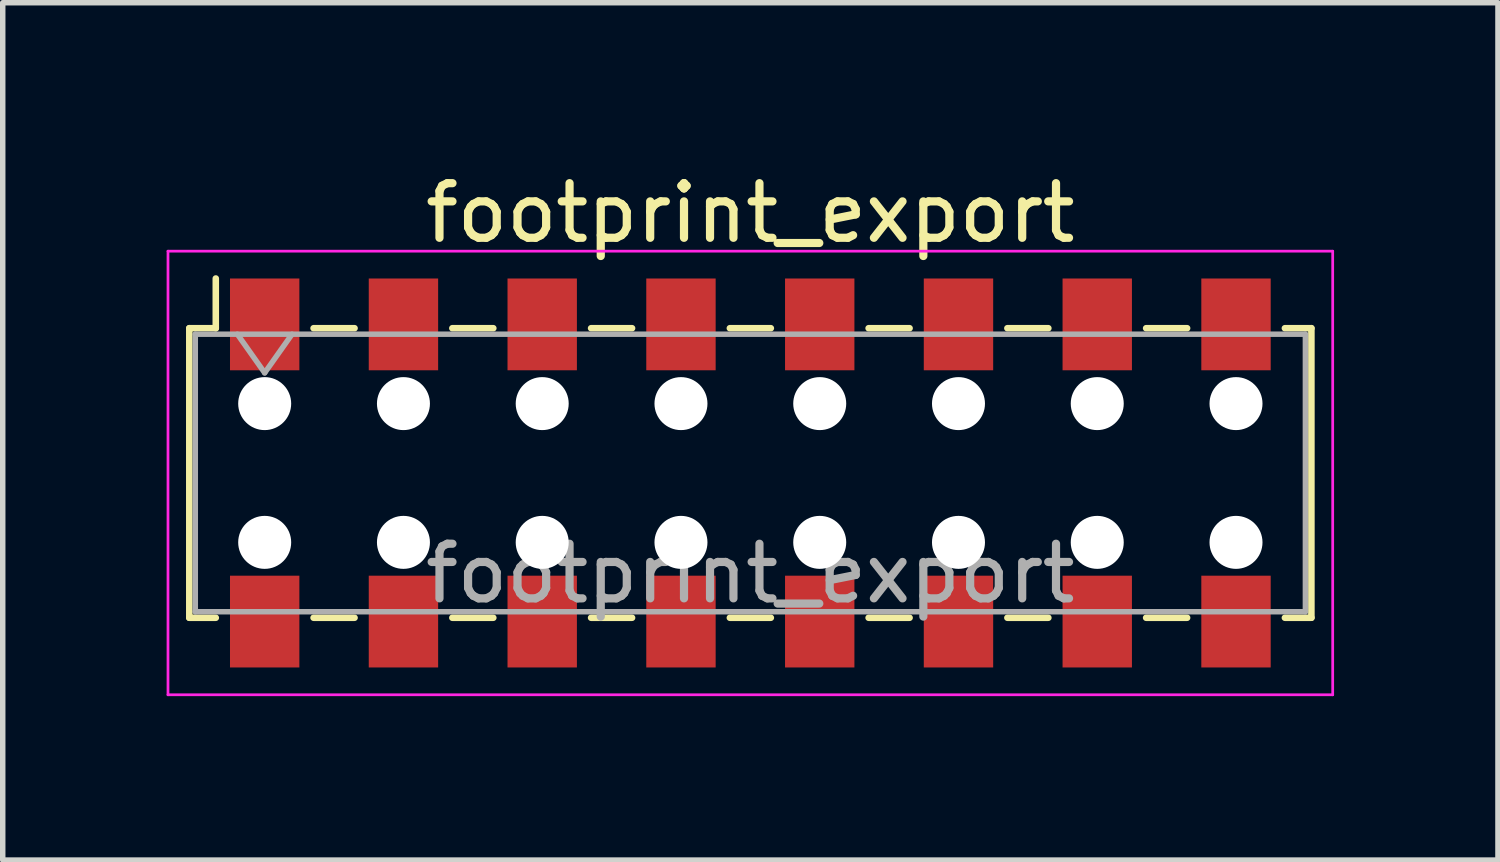
<source format=kicad_pcb>
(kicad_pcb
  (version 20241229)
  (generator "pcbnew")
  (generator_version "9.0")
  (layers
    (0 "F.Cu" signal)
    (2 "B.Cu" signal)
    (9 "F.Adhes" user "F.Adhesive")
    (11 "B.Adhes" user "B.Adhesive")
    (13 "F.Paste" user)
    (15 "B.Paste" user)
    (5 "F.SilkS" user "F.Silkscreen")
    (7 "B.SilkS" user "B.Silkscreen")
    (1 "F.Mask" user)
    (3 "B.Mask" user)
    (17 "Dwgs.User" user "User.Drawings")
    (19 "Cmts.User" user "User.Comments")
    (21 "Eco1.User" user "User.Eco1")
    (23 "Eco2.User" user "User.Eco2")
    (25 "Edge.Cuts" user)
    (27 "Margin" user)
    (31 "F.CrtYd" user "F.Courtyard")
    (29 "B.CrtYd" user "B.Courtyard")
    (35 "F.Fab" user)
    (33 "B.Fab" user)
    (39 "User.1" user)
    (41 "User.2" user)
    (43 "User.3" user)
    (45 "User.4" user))
  (footprint "footprint_export"
    (layer "F.Cu")
    (at 10.685 5.608)
    (property "Reference" "footprint_export" (at 0 -4.76 0) (layer "F.SilkS") (effects (font (size 1 1) (thickness 0.15))))
    (attr smd)
    (fp_line (start -10.27 -2.65) (end -10.27 2.65) (stroke (width 0.12) (type solid)) (layer "F.SilkS"))
    (fp_line (start -10.27 2.65) (end -9.785 2.65) (stroke (width 0.12) (type solid)) (layer "F.SilkS"))
    (fp_line (start -9.785 -3.56) (end -9.785 -2.65) (stroke (width 0.12) (type solid)) (layer "F.SilkS"))
    (fp_line (start -9.785 -2.65) (end -10.27 -2.65) (stroke (width 0.12) (type solid)) (layer "F.SilkS"))
    (fp_line (start -7.995 -2.65) (end -7.245 -2.65) (stroke (width 0.12) (type solid)) (layer "F.SilkS"))
    (fp_line (start -7.995 2.65) (end -7.245 2.65) (stroke (width 0.12) (type solid)) (layer "F.SilkS"))
    (fp_line (start -5.455 -2.65) (end -4.705 -2.65) (stroke (width 0.12) (type solid)) (layer "F.SilkS"))
    (fp_line (start -5.455 2.65) (end -4.705 2.65) (stroke (width 0.12) (type solid)) (layer "F.SilkS"))
    (fp_line (start -2.915 -2.65) (end -2.165 -2.65) (stroke (width 0.12) (type solid)) (layer "F.SilkS"))
    (fp_line (start -2.915 2.65) (end -2.165 2.65) (stroke (width 0.12) (type solid)) (layer "F.SilkS"))
    (fp_line (start -0.375 -2.65) (end 0.375 -2.65) (stroke (width 0.12) (type solid)) (layer "F.SilkS"))
    (fp_line (start -0.375 2.65) (end 0.375 2.65) (stroke (width 0.12) (type solid)) (layer "F.SilkS"))
    (fp_line (start 2.165 -2.65) (end 2.915 -2.65) (stroke (width 0.12) (type solid)) (layer "F.SilkS"))
    (fp_line (start 2.165 2.65) (end 2.915 2.65) (stroke (width 0.12) (type solid)) (layer "F.SilkS"))
    (fp_line (start 4.705 -2.65) (end 5.455 -2.65) (stroke (width 0.12) (type solid)) (layer "F.SilkS"))
    (fp_line (start 4.705 2.65) (end 5.455 2.65) (stroke (width 0.12) (type solid)) (layer "F.SilkS"))
    (fp_line (start 7.245 -2.65) (end 7.995 -2.65) (stroke (width 0.12) (type solid)) (layer "F.SilkS"))
    (fp_line (start 7.245 2.65) (end 7.995 2.65) (stroke (width 0.12) (type solid)) (layer "F.SilkS"))
    (fp_line (start 9.785 -2.65) (end 10.27 -2.65) (stroke (width 0.12) (type solid)) (layer "F.SilkS"))
    (fp_line (start 10.27 -2.65) (end 10.27 2.65) (stroke (width 0.12) (type solid)) (layer "F.SilkS"))
    (fp_line (start 10.27 2.65) (end 9.785 2.65) (stroke (width 0.12) (type solid)) (layer "F.SilkS"))
    (fp_line (start -10.66 -4.06) (end 10.66 -4.06) (stroke (width 0.05) (type solid)) (layer "F.CrtYd"))
    (fp_line (start -10.66 4.06) (end -10.66 -4.06) (stroke (width 0.05) (type solid)) (layer "F.CrtYd"))
    (fp_line (start 10.66 -4.06) (end 10.66 4.06) (stroke (width 0.05) (type solid)) (layer "F.CrtYd"))
    (fp_line (start 10.66 4.06) (end -10.66 4.06) (stroke (width 0.05) (type solid)) (layer "F.CrtYd"))
    (fp_line (start -10.16 -2.54) (end 10.16 -2.54) (stroke (width 0.1) (type solid)) (layer "F.Fab"))
    (fp_line (start -10.16 2.54) (end -10.16 -2.54) (stroke (width 0.1) (type solid)) (layer "F.Fab"))
    (fp_line (start -9.39 -2.54) (end -8.89 -1.833) (stroke (width 0.1) (type solid)) (layer "F.Fab"))
    (fp_line (start -8.89 -1.833) (end -8.39 -2.54) (stroke (width 0.1) (type solid)) (layer "F.Fab"))
    (fp_line (start 10.16 -2.54) (end 10.16 2.54) (stroke (width 0.1) (type solid)) (layer "F.Fab"))
    (fp_line (start 10.16 2.54) (end -10.16 2.54) (stroke (width 0.1) (type solid)) (layer "F.Fab"))
    (fp_text user "${REFERENCE}" (at 0 1.84 0) (layer "F.Fab") (effects (font (size 1 1) (thickness 0.15))))
    (pad "" np_thru_hole circle (at -8.89 -1.27) (size 0.97 0.97) (drill 0.97) (layers "*.Cu" "*.Mask"))
    (pad "" np_thru_hole circle (at -8.89 1.27) (size 0.97 0.97) (drill 0.97) (layers "*.Cu" "*.Mask"))
    (pad "" np_thru_hole circle (at -6.35 -1.27) (size 0.97 0.97) (drill 0.97) (layers "*.Cu" "*.Mask"))
    (pad "" np_thru_hole circle (at -6.35 1.27) (size 0.97 0.97) (drill 0.97) (layers "*.Cu" "*.Mask"))
    (pad "" np_thru_hole circle (at -3.81 -1.27) (size 0.97 0.97) (drill 0.97) (layers "*.Cu" "*.Mask"))
    (pad "" np_thru_hole circle (at -3.81 1.27) (size 0.97 0.97) (drill 0.97) (layers "*.Cu" "*.Mask"))
    (pad "" np_thru_hole circle (at -1.27 -1.27) (size 0.97 0.97) (drill 0.97) (layers "*.Cu" "*.Mask"))
    (pad "" np_thru_hole circle (at -1.27 1.27) (size 0.97 0.97) (drill 0.97) (layers "*.Cu" "*.Mask"))
    (pad "" np_thru_hole circle (at 1.27 -1.27) (size 0.97 0.97) (drill 0.97) (layers "*.Cu" "*.Mask"))
    (pad "" np_thru_hole circle (at 1.27 1.27) (size 0.97 0.97) (drill 0.97) (layers "*.Cu" "*.Mask"))
    (pad "" np_thru_hole circle (at 3.81 -1.27) (size 0.97 0.97) (drill 0.97) (layers "*.Cu" "*.Mask"))
    (pad "" np_thru_hole circle (at 3.81 1.27) (size 0.97 0.97) (drill 0.97) (layers "*.Cu" "*.Mask"))
    (pad "" np_thru_hole circle (at 6.35 -1.27) (size 0.97 0.97) (drill 0.97) (layers "*.Cu" "*.Mask"))
    (pad "" np_thru_hole circle (at 6.35 1.27) (size 0.97 0.97) (drill 0.97) (layers "*.Cu" "*.Mask"))
    (pad "" np_thru_hole circle (at 8.89 -1.27) (size 0.97 0.97) (drill 0.97) (layers "*.Cu" "*.Mask"))
    (pad "" np_thru_hole circle (at 8.89 1.27) (size 0.97 0.97) (drill 0.97) (layers "*.Cu" "*.Mask"))
    (pad "1" smd rect (at -8.89 -2.72) (size 1.27 1.68) (layers "F.Cu" "F.Mask" "F.Paste"))
    (pad "2" smd rect (at -8.89 2.72) (size 1.27 1.68) (layers "F.Cu" "F.Mask" "F.Paste"))
    (pad "3" smd rect (at -6.35 -2.72) (size 1.27 1.68) (layers "F.Cu" "F.Mask" "F.Paste"))
    (pad "4" smd rect (at -6.35 2.72) (size 1.27 1.68) (layers "F.Cu" "F.Mask" "F.Paste"))
    (pad "5" smd rect (at -3.81 -2.72) (size 1.27 1.68) (layers "F.Cu" "F.Mask" "F.Paste"))
    (pad "6" smd rect (at -3.81 2.72) (size 1.27 1.68) (layers "F.Cu" "F.Mask" "F.Paste"))
    (pad "7" smd rect (at -1.27 -2.72) (size 1.27 1.68) (layers "F.Cu" "F.Mask" "F.Paste"))
    (pad "8" smd rect (at -1.27 2.72) (size 1.27 1.68) (layers "F.Cu" "F.Mask" "F.Paste"))
    (pad "9" smd rect (at 1.27 -2.72) (size 1.27 1.68) (layers "F.Cu" "F.Mask" "F.Paste"))
    (pad "10" smd rect (at 1.27 2.72) (size 1.27 1.68) (layers "F.Cu" "F.Mask" "F.Paste"))
    (pad "11" smd rect (at 3.81 -2.72) (size 1.27 1.68) (layers "F.Cu" "F.Mask" "F.Paste"))
    (pad "12" smd rect (at 3.81 2.72) (size 1.27 1.68) (layers "F.Cu" "F.Mask" "F.Paste"))
    (pad "13" smd rect (at 6.35 -2.72) (size 1.27 1.68) (layers "F.Cu" "F.Mask" "F.Paste"))
    (pad "14" smd rect (at 6.35 2.72) (size 1.27 1.68) (layers "F.Cu" "F.Mask" "F.Paste"))
    (pad "15" smd rect (at 8.89 -2.72) (size 1.27 1.68) (layers "F.Cu" "F.Mask" "F.Paste"))
    (pad "16" smd rect (at 8.89 2.72) (size 1.27 1.68) (layers "F.Cu" "F.Mask" "F.Paste")))
  (gr_rect
    (start -3 -3)
    (end 24.37 12.693)
    (stroke (width 0.1) (type default))
    (fill no)
    (layer "Edge.Cuts")))
</source>
